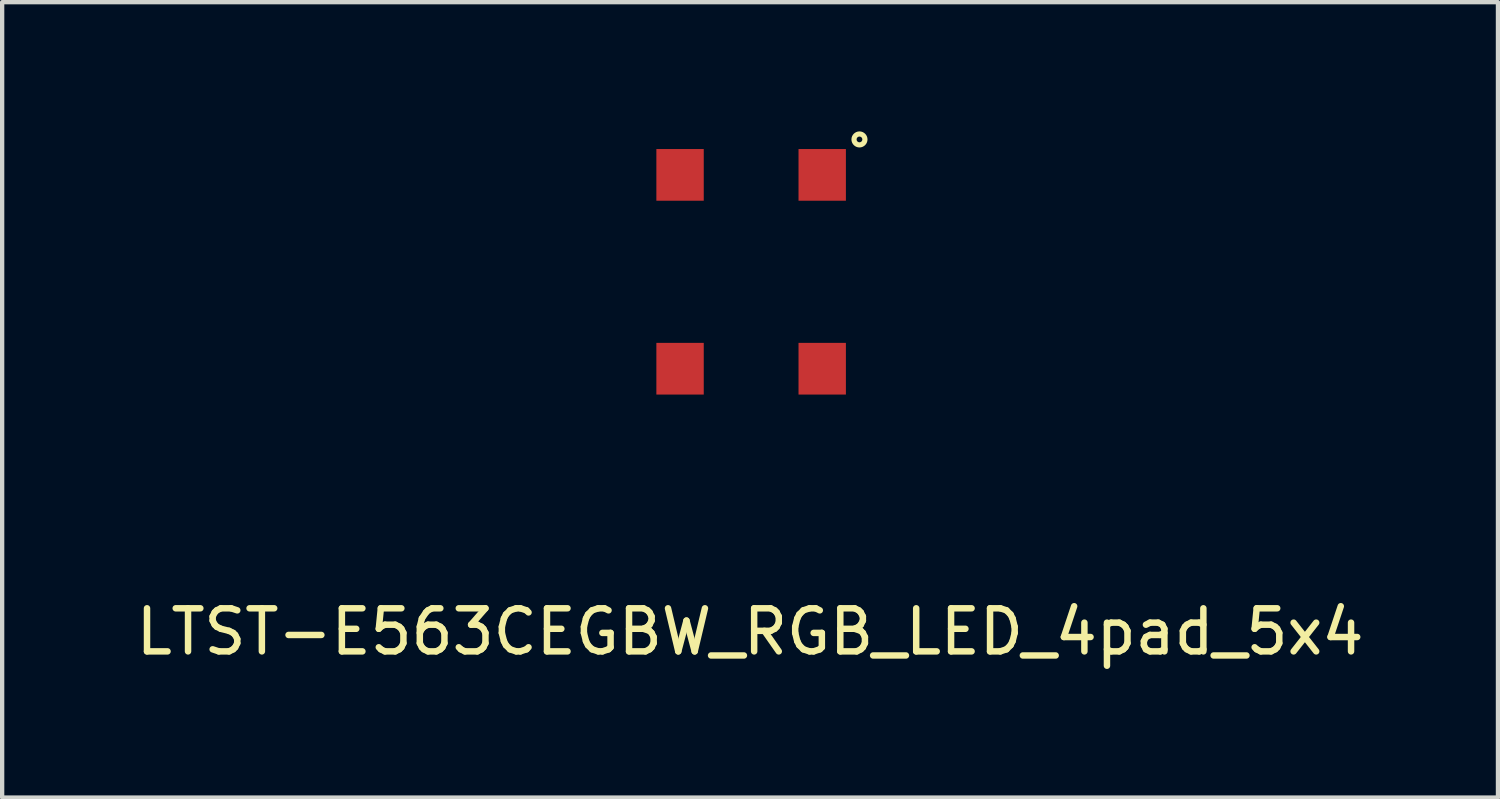
<source format=kicad_pcb>
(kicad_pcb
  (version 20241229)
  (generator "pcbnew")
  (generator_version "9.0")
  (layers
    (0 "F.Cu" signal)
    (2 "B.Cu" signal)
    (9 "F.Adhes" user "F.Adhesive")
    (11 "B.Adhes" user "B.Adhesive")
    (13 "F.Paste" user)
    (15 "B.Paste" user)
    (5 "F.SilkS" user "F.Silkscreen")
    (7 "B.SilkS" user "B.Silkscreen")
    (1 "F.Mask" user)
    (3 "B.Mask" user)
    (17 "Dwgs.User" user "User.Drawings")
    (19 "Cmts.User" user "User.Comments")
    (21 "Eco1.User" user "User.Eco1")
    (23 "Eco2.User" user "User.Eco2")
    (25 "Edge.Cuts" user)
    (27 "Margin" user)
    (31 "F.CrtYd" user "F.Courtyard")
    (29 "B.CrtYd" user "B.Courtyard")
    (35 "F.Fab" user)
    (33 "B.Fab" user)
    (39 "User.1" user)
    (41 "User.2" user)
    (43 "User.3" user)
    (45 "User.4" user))
  (footprint "LTST-E563CEGBW_RGB_LED_4pad_5x4"
    (layer "F.Cu")
    (at 14.388 3.26)
    (property "Reference" "LTST-E563CEGBW_RGB_LED_4pad_5x4" (at -0.025 8.357 0) (layer "F.SilkS") (effects (font (size 1 1) (thickness 0.15))))
    (attr through_hole)
    (fp_circle (center 2.515 -3.073) (end 2.591 -2.972) (stroke (width 0.12) (type solid)) (fill no) (layer "F.SilkS"))
    (pad "1" smd rect (at 1.65 -2.25) (size 1.1 1.2) (layers "F.Cu" "F.Mask" "F.Paste"))
    (pad "2" smd rect (at -1.65 -2.25) (size 1.1 1.2) (layers "F.Cu" "F.Mask" "F.Paste"))
    (pad "3" smd rect (at -1.65 2.25) (size 1.1 1.2) (layers "F.Cu" "F.Mask" "F.Paste"))
    (pad "4" smd rect (at 1.65 2.25) (size 1.1 1.2) (layers "F.Cu" "F.Mask" "F.Paste")))
  (gr_rect
    (start -3 -3)
    (end 31.726 15.465)
    (stroke (width 0.1) (type default))
    (fill no)
    (layer "Edge.Cuts")))
</source>
